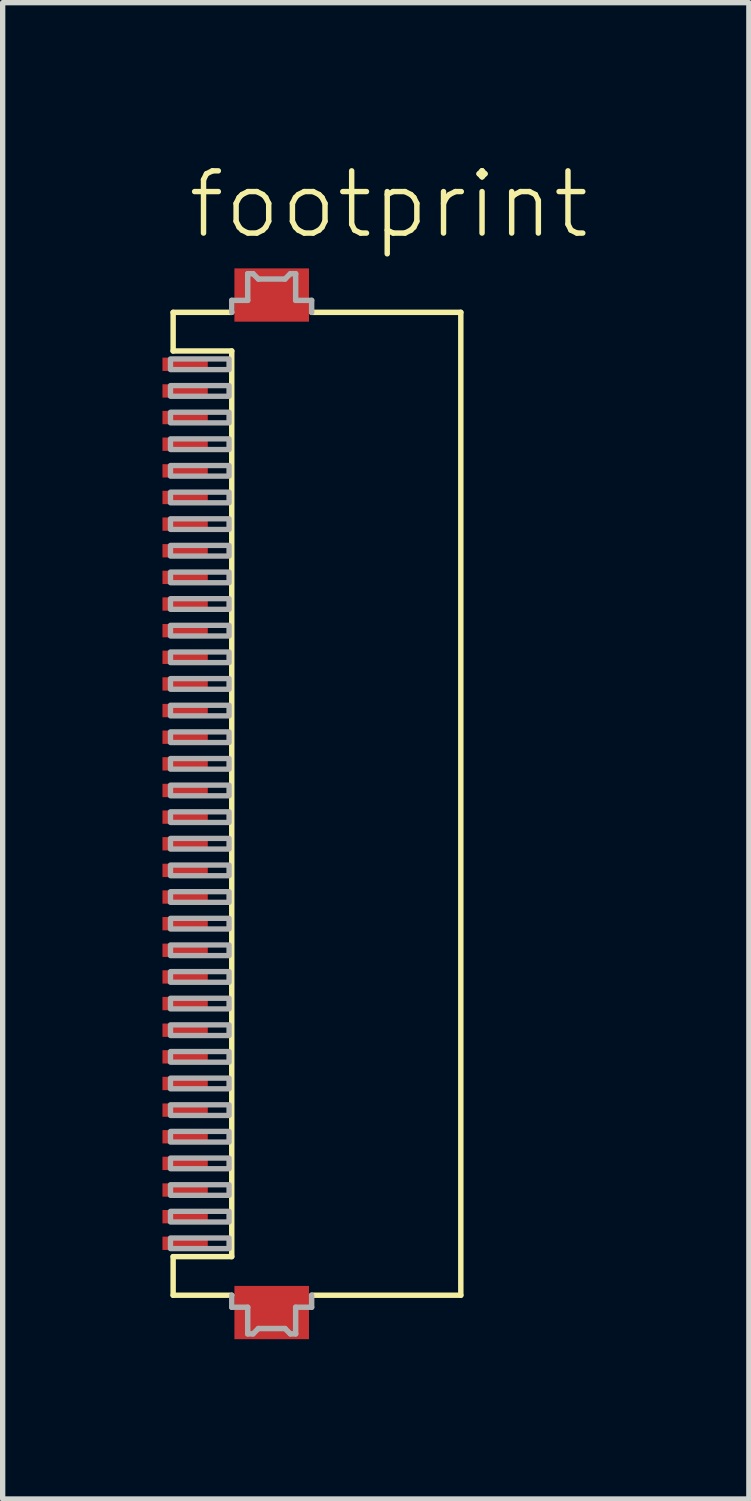
<source format=kicad_pcb>
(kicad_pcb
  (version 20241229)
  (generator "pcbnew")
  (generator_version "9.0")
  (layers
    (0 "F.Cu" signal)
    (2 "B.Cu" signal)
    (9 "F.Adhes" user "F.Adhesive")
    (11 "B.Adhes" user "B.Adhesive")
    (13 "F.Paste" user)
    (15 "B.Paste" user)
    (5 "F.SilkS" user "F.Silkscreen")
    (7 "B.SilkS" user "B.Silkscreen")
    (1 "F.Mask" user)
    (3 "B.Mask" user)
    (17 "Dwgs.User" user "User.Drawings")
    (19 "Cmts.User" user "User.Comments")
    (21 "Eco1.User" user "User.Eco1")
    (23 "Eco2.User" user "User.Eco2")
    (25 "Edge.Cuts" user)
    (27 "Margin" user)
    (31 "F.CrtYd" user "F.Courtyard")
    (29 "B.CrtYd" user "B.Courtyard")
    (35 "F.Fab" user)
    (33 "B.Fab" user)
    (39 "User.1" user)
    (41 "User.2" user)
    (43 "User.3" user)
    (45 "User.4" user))
  (footprint "footprint"
    (layer "F.Cu")
    (at 2.965 12.038)
    (property "Reference" "footprint" (at -2.54 -10.565 0) (layer "F.SilkS") (effects (font (size 1.168 1.168) (thickness 0.102)) (justify left bottom)))
    (fp_line (start -2.765 -9.225) (end -2.765 -8.5) (stroke (width 0.102) (type solid)) (layer "F.SilkS"))
    (fp_line (start -2.765 -9.225) (end -1.665 -9.225) (stroke (width 0.102) (type solid)) (layer "F.SilkS"))
    (fp_line (start -2.765 -8.5) (end -1.665 -8.5) (stroke (width 0.102) (type solid)) (layer "F.SilkS"))
    (fp_line (start -2.765 8.5) (end -2.765 9.225) (stroke (width 0.102) (type solid)) (layer "F.SilkS"))
    (fp_line (start -2.765 9.225) (end -1.665 9.225) (stroke (width 0.102) (type solid)) (layer "F.SilkS"))
    (fp_line (start -1.665 -8.5) (end -1.665 8.5) (stroke (width 0.102) (type solid)) (layer "F.SilkS"))
    (fp_line (start -1.665 8.5) (end -2.765 8.5) (stroke (width 0.102) (type solid)) (layer "F.SilkS"))
    (fp_line (start -0.165 9.225) (end 2.635 9.225) (stroke (width 0.102) (type solid)) (layer "F.SilkS"))
    (fp_line (start 2.635 -9.225) (end -0.165 -9.225) (stroke (width 0.102) (type solid)) (layer "F.SilkS"))
    (fp_line (start 2.635 9.225) (end 2.635 -9.225) (stroke (width 0.102) (type solid)) (layer "F.SilkS"))
    (fp_line (start -1.665 -9.45) (end -1.665 -9.225) (stroke (width 0.102) (type solid)) (layer "F.Fab"))
    (fp_line (start -1.665 9.225) (end -1.665 9.45) (stroke (width 0.102) (type solid)) (layer "F.Fab"))
    (fp_line (start -1.665 9.45) (end -1.365 9.45) (stroke (width 0.102) (type solid)) (layer "F.Fab"))
    (fp_line (start -1.365 -9.95) (end -1.365 -9.45) (stroke (width 0.102) (type solid)) (layer "F.Fab"))
    (fp_line (start -1.365 -9.45) (end -1.665 -9.45) (stroke (width 0.102) (type solid)) (layer "F.Fab"))
    (fp_line (start -1.365 9.45) (end -1.365 9.95) (stroke (width 0.102) (type solid)) (layer "F.Fab"))
    (fp_line (start -1.365 9.95) (end -1.265 9.95) (stroke (width 0.102) (type solid)) (layer "F.Fab"))
    (fp_line (start -1.265 -9.95) (end -1.365 -9.95) (stroke (width 0.102) (type solid)) (layer "F.Fab"))
    (fp_line (start -1.265 9.95) (end -1.165 9.85) (stroke (width 0.102) (type solid)) (layer "F.Fab"))
    (fp_line (start -1.165 -9.85) (end -1.265 -9.95) (stroke (width 0.102) (type solid)) (layer "F.Fab"))
    (fp_line (start -1.165 9.85) (end -0.665 9.85) (stroke (width 0.102) (type solid)) (layer "F.Fab"))
    (fp_line (start -0.665 -9.85) (end -1.165 -9.85) (stroke (width 0.102) (type solid)) (layer "F.Fab"))
    (fp_line (start -0.665 9.85) (end -0.565 9.95) (stroke (width 0.102) (type solid)) (layer "F.Fab"))
    (fp_line (start -0.565 -9.95) (end -0.665 -9.85) (stroke (width 0.102) (type solid)) (layer "F.Fab"))
    (fp_line (start -0.565 9.95) (end -0.465 9.95) (stroke (width 0.102) (type solid)) (layer "F.Fab"))
    (fp_line (start -0.465 -9.95) (end -0.565 -9.95) (stroke (width 0.102) (type solid)) (layer "F.Fab"))
    (fp_line (start -0.465 -9.45) (end -0.465 -9.95) (stroke (width 0.102) (type solid)) (layer "F.Fab"))
    (fp_line (start -0.465 9.45) (end -0.165 9.45) (stroke (width 0.102) (type solid)) (layer "F.Fab"))
    (fp_line (start -0.465 9.95) (end -0.465 9.45) (stroke (width 0.102) (type solid)) (layer "F.Fab"))
    (fp_line (start -0.165 -9.45) (end -0.465 -9.45) (stroke (width 0.102) (type solid)) (layer "F.Fab"))
    (fp_line (start -0.165 -9.225) (end -0.165 -9.45) (stroke (width 0.102) (type solid)) (layer "F.Fab"))
    (fp_line (start -0.165 9.45) (end -0.165 9.225) (stroke (width 0.102) (type solid)) (layer "F.Fab"))
    (fp_poly (pts (xy -2.815 -8.15) (xy -1.715 -8.15) (xy -1.715 -8.35) (xy -2.815 -8.35)) (stroke (width 0.1) (type solid)) (fill no) (layer "F.Fab"))
    (fp_poly (pts (xy -2.815 -7.65) (xy -1.715 -7.65) (xy -1.715 -7.85) (xy -2.815 -7.85)) (stroke (width 0.1) (type solid)) (fill no) (layer "F.Fab"))
    (fp_poly (pts (xy -2.815 -7.15) (xy -1.715 -7.15) (xy -1.715 -7.35) (xy -2.815 -7.35)) (stroke (width 0.1) (type solid)) (fill no) (layer "F.Fab"))
    (fp_poly (pts (xy -2.815 -6.65) (xy -1.715 -6.65) (xy -1.715 -6.85) (xy -2.815 -6.85)) (stroke (width 0.1) (type solid)) (fill no) (layer "F.Fab"))
    (fp_poly (pts (xy -2.815 -6.15) (xy -1.715 -6.15) (xy -1.715 -6.35) (xy -2.815 -6.35)) (stroke (width 0.1) (type solid)) (fill no) (layer "F.Fab"))
    (fp_poly (pts (xy -2.815 -5.65) (xy -1.715 -5.65) (xy -1.715 -5.85) (xy -2.815 -5.85)) (stroke (width 0.1) (type solid)) (fill no) (layer "F.Fab"))
    (fp_poly (pts (xy -2.815 -5.15) (xy -1.715 -5.15) (xy -1.715 -5.35) (xy -2.815 -5.35)) (stroke (width 0.1) (type solid)) (fill no) (layer "F.Fab"))
    (fp_poly (pts (xy -2.815 -4.65) (xy -1.715 -4.65) (xy -1.715 -4.85) (xy -2.815 -4.85)) (stroke (width 0.1) (type solid)) (fill no) (layer "F.Fab"))
    (fp_poly (pts (xy -2.815 -4.15) (xy -1.715 -4.15) (xy -1.715 -4.35) (xy -2.815 -4.35)) (stroke (width 0.1) (type solid)) (fill no) (layer "F.Fab"))
    (fp_poly (pts (xy -2.815 -3.65) (xy -1.715 -3.65) (xy -1.715 -3.85) (xy -2.815 -3.85)) (stroke (width 0.1) (type solid)) (fill no) (layer "F.Fab"))
    (fp_poly (pts (xy -2.815 -3.15) (xy -1.715 -3.15) (xy -1.715 -3.35) (xy -2.815 -3.35)) (stroke (width 0.1) (type solid)) (fill no) (layer "F.Fab"))
    (fp_poly (pts (xy -2.815 -2.65) (xy -1.715 -2.65) (xy -1.715 -2.85) (xy -2.815 -2.85)) (stroke (width 0.1) (type solid)) (fill no) (layer "F.Fab"))
    (fp_poly (pts (xy -2.815 -2.15) (xy -1.715 -2.15) (xy -1.715 -2.35) (xy -2.815 -2.35)) (stroke (width 0.1) (type solid)) (fill no) (layer "F.Fab"))
    (fp_poly (pts (xy -2.815 -1.65) (xy -1.715 -1.65) (xy -1.715 -1.85) (xy -2.815 -1.85)) (stroke (width 0.1) (type solid)) (fill no) (layer "F.Fab"))
    (fp_poly (pts (xy -2.815 -1.15) (xy -1.715 -1.15) (xy -1.715 -1.35) (xy -2.815 -1.35)) (stroke (width 0.1) (type solid)) (fill no) (layer "F.Fab"))
    (fp_poly (pts (xy -2.815 -0.65) (xy -1.715 -0.65) (xy -1.715 -0.85) (xy -2.815 -0.85)) (stroke (width 0.1) (type solid)) (fill no) (layer "F.Fab"))
    (fp_poly (pts (xy -2.815 -0.15) (xy -1.715 -0.15) (xy -1.715 -0.35) (xy -2.815 -0.35)) (stroke (width 0.1) (type solid)) (fill no) (layer "F.Fab"))
    (fp_poly (pts (xy -2.815 0.35) (xy -1.715 0.35) (xy -1.715 0.15) (xy -2.815 0.15)) (stroke (width 0.1) (type solid)) (fill no) (layer "F.Fab"))
    (fp_poly (pts (xy -2.815 0.85) (xy -1.715 0.85) (xy -1.715 0.65) (xy -2.815 0.65)) (stroke (width 0.1) (type solid)) (fill no) (layer "F.Fab"))
    (fp_poly (pts (xy -2.815 1.35) (xy -1.715 1.35) (xy -1.715 1.15) (xy -2.815 1.15)) (stroke (width 0.1) (type solid)) (fill no) (layer "F.Fab"))
    (fp_poly (pts (xy -2.815 1.85) (xy -1.715 1.85) (xy -1.715 1.65) (xy -2.815 1.65)) (stroke (width 0.1) (type solid)) (fill no) (layer "F.Fab"))
    (fp_poly (pts (xy -2.815 2.35) (xy -1.715 2.35) (xy -1.715 2.15) (xy -2.815 2.15)) (stroke (width 0.1) (type solid)) (fill no) (layer "F.Fab"))
    (fp_poly (pts (xy -2.815 2.85) (xy -1.715 2.85) (xy -1.715 2.65) (xy -2.815 2.65)) (stroke (width 0.1) (type solid)) (fill no) (layer "F.Fab"))
    (fp_poly (pts (xy -2.815 3.35) (xy -1.715 3.35) (xy -1.715 3.15) (xy -2.815 3.15)) (stroke (width 0.1) (type solid)) (fill no) (layer "F.Fab"))
    (fp_poly (pts (xy -2.815 3.85) (xy -1.715 3.85) (xy -1.715 3.65) (xy -2.815 3.65)) (stroke (width 0.1) (type solid)) (fill no) (layer "F.Fab"))
    (fp_poly (pts (xy -2.815 4.35) (xy -1.715 4.35) (xy -1.715 4.15) (xy -2.815 4.15)) (stroke (width 0.1) (type solid)) (fill no) (layer "F.Fab"))
    (fp_poly (pts (xy -2.815 4.85) (xy -1.715 4.85) (xy -1.715 4.65) (xy -2.815 4.65)) (stroke (width 0.1) (type solid)) (fill no) (layer "F.Fab"))
    (fp_poly (pts (xy -2.815 5.35) (xy -1.715 5.35) (xy -1.715 5.15) (xy -2.815 5.15)) (stroke (width 0.1) (type solid)) (fill no) (layer "F.Fab"))
    (fp_poly (pts (xy -2.815 5.85) (xy -1.715 5.85) (xy -1.715 5.65) (xy -2.815 5.65)) (stroke (width 0.1) (type solid)) (fill no) (layer "F.Fab"))
    (fp_poly (pts (xy -2.815 6.35) (xy -1.715 6.35) (xy -1.715 6.15) (xy -2.815 6.15)) (stroke (width 0.1) (type solid)) (fill no) (layer "F.Fab"))
    (fp_poly (pts (xy -2.815 6.85) (xy -1.715 6.85) (xy -1.715 6.65) (xy -2.815 6.65)) (stroke (width 0.1) (type solid)) (fill no) (layer "F.Fab"))
    (fp_poly (pts (xy -2.815 7.35) (xy -1.715 7.35) (xy -1.715 7.15) (xy -2.815 7.15)) (stroke (width 0.1) (type solid)) (fill no) (layer "F.Fab"))
    (fp_poly (pts (xy -2.815 7.85) (xy -1.715 7.85) (xy -1.715 7.65) (xy -2.815 7.65)) (stroke (width 0.1) (type solid)) (fill no) (layer "F.Fab"))
    (fp_poly (pts (xy -2.815 8.35) (xy -1.715 8.35) (xy -1.715 8.15) (xy -2.815 8.15)) (stroke (width 0.1) (type solid)) (fill no) (layer "F.Fab"))
    (pad "1" smd rect (at -2.54 -8.25) (size 0.85 0.25) (layers "F.Cu" "F.Paste"))
    (pad "2" smd rect (at -2.54 -7.75) (size 0.85 0.25) (layers "F.Cu" "F.Paste"))
    (pad "3" smd rect (at -2.54 -7.25) (size 0.85 0.25) (layers "F.Cu" "F.Paste"))
    (pad "4" smd rect (at -2.54 -6.75) (size 0.85 0.25) (layers "F.Cu" "F.Paste"))
    (pad "5" smd rect (at -2.54 -6.25) (size 0.85 0.25) (layers "F.Cu" "F.Paste"))
    (pad "6" smd rect (at -2.54 -5.75) (size 0.85 0.25) (layers "F.Cu" "F.Paste"))
    (pad "7" smd rect (at -2.54 -5.25) (size 0.85 0.25) (layers "F.Cu" "F.Paste"))
    (pad "8" smd rect (at -2.54 -4.75) (size 0.85 0.25) (layers "F.Cu" "F.Paste"))
    (pad "9" smd rect (at -2.54 -4.25) (size 0.85 0.25) (layers "F.Cu" "F.Paste"))
    (pad "10" smd rect (at -2.54 -3.75) (size 0.85 0.25) (layers "F.Cu" "F.Paste"))
    (pad "11" smd rect (at -2.54 -3.25) (size 0.85 0.25) (layers "F.Cu" "F.Paste"))
    (pad "12" smd rect (at -2.54 -2.75) (size 0.85 0.25) (layers "F.Cu" "F.Paste"))
    (pad "13" smd rect (at -2.54 -2.25) (size 0.85 0.25) (layers "F.Cu" "F.Paste"))
    (pad "14" smd rect (at -2.54 -1.75) (size 0.85 0.25) (layers "F.Cu" "F.Paste"))
    (pad "15" smd rect (at -2.54 -1.25) (size 0.85 0.25) (layers "F.Cu" "F.Paste"))
    (pad "16" smd rect (at -2.54 -0.75) (size 0.85 0.25) (layers "F.Cu" "F.Paste"))
    (pad "17" smd rect (at -2.54 -0.25) (size 0.85 0.25) (layers "F.Cu" "F.Paste"))
    (pad "18" smd rect (at -2.54 0.25) (size 0.85 0.25) (layers "F.Cu" "F.Paste"))
    (pad "19" smd rect (at -2.54 0.75) (size 0.85 0.25) (layers "F.Cu" "F.Paste"))
    (pad "20" smd rect (at -2.54 1.25) (size 0.85 0.25) (layers "F.Cu" "F.Paste"))
    (pad "21" smd rect (at -2.54 1.75) (size 0.85 0.25) (layers "F.Cu" "F.Paste"))
    (pad "22" smd rect (at -2.54 2.25) (size 0.85 0.25) (layers "F.Cu" "F.Paste"))
    (pad "23" smd rect (at -2.54 2.75) (size 0.85 0.25) (layers "F.Cu" "F.Paste"))
    (pad "24" smd rect (at -2.54 3.25) (size 0.85 0.25) (layers "F.Cu" "F.Paste"))
    (pad "25" smd rect (at -2.54 3.75) (size 0.85 0.25) (layers "F.Cu" "F.Paste"))
    (pad "26" smd rect (at -2.54 4.25) (size 0.85 0.25) (layers "F.Cu" "F.Paste"))
    (pad "27" smd rect (at -2.54 4.75) (size 0.85 0.25) (layers "F.Cu" "F.Paste"))
    (pad "28" smd rect (at -2.54 5.25) (size 0.85 0.25) (layers "F.Cu" "F.Paste"))
    (pad "29" smd rect (at -2.54 5.75) (size 0.85 0.25) (layers "F.Cu" "F.Paste"))
    (pad "30" smd rect (at -2.54 6.25) (size 0.85 0.25) (layers "F.Cu" "F.Paste"))
    (pad "31" smd rect (at -2.54 6.75) (size 0.85 0.25) (layers "F.Cu" "F.Paste"))
    (pad "32" smd rect (at -2.54 7.25) (size 0.85 0.25) (layers "F.Cu" "F.Paste"))
    (pad "33" smd rect (at -2.54 7.75) (size 0.85 0.25) (layers "F.Cu" "F.Paste"))
    (pad "34" smd rect (at -2.54 8.25) (size 0.85 0.25) (layers "F.Cu" "F.Paste"))
    (pad "M1" smd rect (at -0.915 -9.55 180) (size 1.4 1) (layers "F.Cu" "F.Mask" "F.Paste"))
    (pad "M2" smd rect (at -0.915 9.55 180) (size 1.4 1) (layers "F.Cu" "F.Mask" "F.Paste"))
    (zone (net_name "") (layers "F.Cu" "B.Cu") (hatch edge 0.508) (connect_pads) (min_thickness 0.254) (filled_areas_thickness no) (keepout (tracks allowed) (vias not_allowed) (pads allowed) (copperpour allowed) (footprints allowed)) (placement (enabled no)) (fill) (polygon (pts (xy 3.55 3.663) (xy 0.875 3.663) (xy 0.875 20.413) (xy 3.55 20.413)))))
  (gr_rect
    (start -3 -3)
    (end 11.007 25.088)
    (stroke (width 0.1) (type default))
    (fill no)
    (layer "Edge.Cuts")))
</source>
